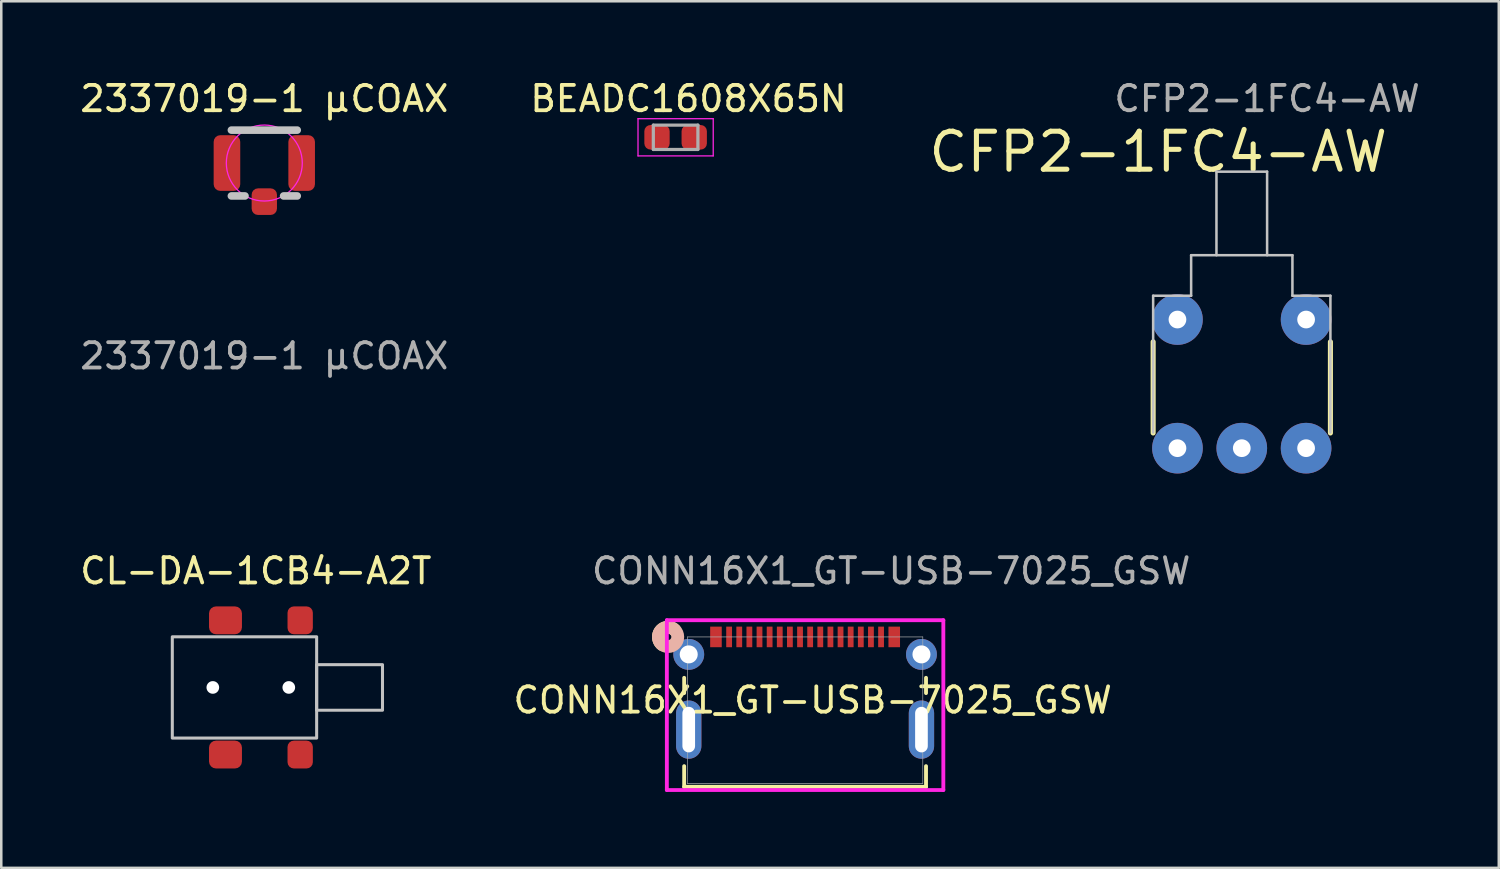
<source format=kicad_pcb>
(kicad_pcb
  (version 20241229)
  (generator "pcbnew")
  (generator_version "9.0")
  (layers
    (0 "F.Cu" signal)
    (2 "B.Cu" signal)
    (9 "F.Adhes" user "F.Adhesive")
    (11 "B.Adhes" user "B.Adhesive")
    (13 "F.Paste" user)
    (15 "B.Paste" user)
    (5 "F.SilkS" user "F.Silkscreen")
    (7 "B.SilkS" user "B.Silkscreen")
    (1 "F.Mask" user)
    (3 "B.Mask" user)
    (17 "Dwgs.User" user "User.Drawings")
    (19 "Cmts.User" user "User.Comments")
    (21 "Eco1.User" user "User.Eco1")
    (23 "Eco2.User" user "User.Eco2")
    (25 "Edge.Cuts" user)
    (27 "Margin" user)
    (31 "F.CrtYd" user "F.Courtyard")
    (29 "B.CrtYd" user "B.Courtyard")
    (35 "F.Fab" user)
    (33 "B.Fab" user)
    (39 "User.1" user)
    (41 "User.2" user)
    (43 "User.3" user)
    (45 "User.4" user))
  (footprint "CL-DA-1CB4-A2T"
    (layer "F.Cu")
    (at 6.854 24.096)
    (property "Reference" "CL-DA-1CB4-A2T" (at 0.2 -4.6 0) (unlocked yes) (layer "F.SilkS") (effects (font (size 1 1) (thickness 0.15))))
    (attr smd)
    (fp_rect (start -3.1 -2) (end 2.6 2) (stroke (width 0.12) (type default)) (fill no) (layer "Dwgs.User"))
    (fp_rect (start 2.6 -0.9) (end 5.2 0.9) (stroke (width 0.12) (type default)) (fill no) (layer "Dwgs.User"))
    (pad "" np_thru_hole oval (at -1.5 0) (size 0.5 0.5) (drill oval 1.25 0.9) (layers "*.Cu" "*.Mask"))
    (pad "" np_thru_hole circle (at 1.5 0) (size 0.5 0.5) (drill 0.9) (layers "*.Cu" "*.Mask"))
    (pad "1" smd roundrect (at 1.95 -2.65) (size 1 1.1) (layers "F.Cu" "F.Mask" "F.Paste") (roundrect_rratio 0.25))
    (pad "2" smd roundrect (at 1.95 2.65) (size 1 1.1) (layers "F.Cu" "F.Mask" "F.Paste") (roundrect_rratio 0.25))
    (pad "3" smd roundrect (at -1 -2.65) (size 1.3 1.1) (layers "F.Cu" "F.Mask" "F.Paste") (roundrect_rratio 0.25))
    (pad "3" smd roundrect (at -1 2.65) (size 1.3 1.1) (layers "F.Cu" "F.Mask" "F.Paste") (roundrect_rratio 0.25)))
  (footprint "2337019-1 µCOAX"
    (layer "F.Cu")
    (at 7.387 3.388)
    (property "Reference" "2337019-1 µCOAX" (at 0 -2.54 0) (unlocked yes) (layer "F.SilkS") (effects (font (size 1 1) (thickness 0.15))))
    (attr smd)
    (fp_line (start -1.3 -1.3) (end 1.3 -1.3) (stroke (width 0.3) (type default)) (layer "Dwgs.User"))
    (fp_line (start -1.3 1.3) (end -0.762 1.3) (stroke (width 0.3) (type default)) (layer "Dwgs.User"))
    (fp_line (start 0.762 1.3) (end 1.3 1.3) (stroke (width 0.3) (type default)) (layer "Dwgs.User"))
    (fp_circle (center 0 0) (end 1.5 0) (stroke (width 0.05) (type default)) (fill no) (layer "F.CrtYd"))
    (fp_text user "${REFERENCE}" (at 0 7.62 0) (unlocked yes) (layer "F.Fab") (effects (font (size 1 1) (thickness 0.15))))
    (pad "1" smd roundrect (at 0 1.525) (size 1 1.05) (layers "F.Cu" "F.Mask" "F.Paste") (roundrect_rratio 0.25))
    (pad "2" smd roundrect (at -1.475 0) (size 1.05 2.2) (layers "F.Cu" "F.Mask" "F.Paste") (roundrect_rratio 0.25))
    (pad "2" smd roundrect (at 1.475 0) (size 1.05 2.2) (layers "F.Cu" "F.Mask" "F.Paste") (roundrect_rratio 0.25)))
  (footprint "BEADC1608X65N"
    (layer "F.Cu")
    (at 23.629 2.372)
    (property "Reference" "BEADC1608X65N" (at 0.508 -1.524 0) (layer "F.SilkS") (effects (font (size 1 1) (thickness 0.15))))
    (attr smd)
    (fp_line (start -1.485 -0.735) (end 1.485 -0.735) (stroke (width 0.05) (type solid)) (layer "F.CrtYd"))
    (fp_line (start -1.485 0.735) (end -1.485 -0.735) (stroke (width 0.05) (type solid)) (layer "F.CrtYd"))
    (fp_line (start -1.485 0.735) (end 1.485 0.735) (stroke (width 0.05) (type solid)) (layer "F.CrtYd"))
    (fp_line (start 1.485 0.735) (end 1.485 -0.735) (stroke (width 0.05) (type solid)) (layer "F.CrtYd"))
    (fp_line (start -0.88 0.48) (end -0.88 -0.48) (stroke (width 0.127) (type solid)) (layer "F.Fab"))
    (fp_line (start 0.88 -0.48) (end -0.88 -0.48) (stroke (width 0.127) (type solid)) (layer "F.Fab"))
    (fp_line (start 0.88 0.48) (end -0.88 0.48) (stroke (width 0.127) (type solid)) (layer "F.Fab"))
    (fp_line (start 0.88 0.48) (end 0.88 -0.48) (stroke (width 0.127) (type solid)) (layer "F.Fab"))
    (pad "1" smd roundrect (at -0.735 0) (size 1 0.97) (layers "F.Cu" "F.Mask" "F.Paste") (roundrect_rratio 0.25))
    (pad "2" smd roundrect (at 0.735 0) (size 1 0.97) (layers "F.Cu" "F.Mask" "F.Paste") (roundrect_rratio 0.25)))
  (footprint "CFP2-1FC4-AW"
    (layer "F.Cu")
    (at 45.986 14.648)
    (property "Reference" "CFP2-1FC4-AW" (at -3.3 -11.7 0) (unlocked yes) (layer "F.SilkS") (effects (font (size 1.5 1.5) (thickness 0.2) (bold yes))))
    (attr smd)
    (fp_line (start -3.5 -0.6) (end -3.5 -4.2) (stroke (width 0.2) (type solid)) (layer "F.SilkS"))
    (fp_line (start 3.5 -0.6) (end 3.5 -4.2) (stroke (width 0.2) (type solid)) (layer "F.SilkS"))
    (fp_line (start -3.5 -6.02) (end -3.5 -0.62) (stroke (width 0.1) (type solid)) (layer "Dwgs.User"))
    (fp_line (start -2 -7.62) (end 2 -7.62) (stroke (width 0.1) (type solid)) (layer "Dwgs.User"))
    (fp_line (start -2 -6.02) (end -3.5 -6.02) (stroke (width 0.1) (type solid)) (layer "Dwgs.User"))
    (fp_line (start -2 -6.02) (end -2 -7.62) (stroke (width 0.1) (type solid)) (layer "Dwgs.User"))
    (fp_line (start -1 -10.92) (end 1 -10.92) (stroke (width 0.1) (type solid)) (layer "Dwgs.User"))
    (fp_line (start -1 -7.62) (end -1 -10.92) (stroke (width 0.1) (type solid)) (layer "Dwgs.User"))
    (fp_line (start 1 -10.92) (end 1 -7.62) (stroke (width 0.1) (type solid)) (layer "Dwgs.User"))
    (fp_line (start 2 -7.62) (end 2 -6.02) (stroke (width 0.1) (type solid)) (layer "Dwgs.User"))
    (fp_line (start 2 -6.02) (end 3.5 -6.02) (stroke (width 0.1) (type solid)) (layer "Dwgs.User"))
    (fp_line (start 3.5 -6.02) (end 3.5 -0.62) (stroke (width 0.1) (type solid)) (layer "Dwgs.User"))
    (fp_text user "${REFERENCE}" (at 1 -13.8 0) (unlocked yes) (layer "F.Fab") (effects (font (size 1 1) (thickness 0.15))))
    (pad "1" thru_hole circle (at -2.54 0) (size 2 2) (drill 0.7) (layers "*.Cu" "*.Mask"))
    (pad "2" thru_hole circle (at 0 0) (size 2 2) (drill 0.7) (layers "*.Cu" "*.Mask"))
    (pad "3" thru_hole circle (at 2.54 0) (size 2 2) (drill 0.7) (layers "*.Cu" "*.Mask"))
    (pad "NC" thru_hole circle (at -2.54 -5.08) (size 2 2) (drill 0.7) (layers "*.Cu" "*.Mask"))
    (pad "NC" thru_hole circle (at 2.54 -5.08) (size 2 2) (drill 0.7) (layers "*.Cu" "*.Mask")))
  (footprint "CONN16X1_GT-USB-7025_GSW"
    (layer "F.Cu")
    (at 28.742 24.997)
    (property "Reference" "CONN16X1_GT-USB-7025_GSW" (at 0.3 -0.4 0) (unlocked yes) (layer "F.SilkS") (effects (font (size 1 1) (thickness 0.15))))
    (attr smd)
    (fp_line (start -4.775 -1.281) (end -4.775 -0.678) (stroke (width 0.152) (type solid)) (layer "F.SilkS"))
    (fp_line (start -4.775 2.207) (end -4.775 3.023) (stroke (width 0.152) (type solid)) (layer "F.SilkS"))
    (fp_line (start -4.775 3.023) (end 4.775 3.023) (stroke (width 0.152) (type solid)) (layer "F.SilkS"))
    (fp_line (start 4.775 -0.678) (end 4.775 -1.281) (stroke (width 0.152) (type solid)) (layer "F.SilkS"))
    (fp_line (start 4.775 3.023) (end 4.775 2.207) (stroke (width 0.152) (type solid)) (layer "F.SilkS"))
    (fp_arc (start -5.645057 -2.595594) (mid -5.701013 -3.141748) (end -5.153119 -3.176795) (stroke (width 0.508) (type solid)) (layer "F.SilkS"))
    (fp_circle (center -5.41 -2.896) (end -5.029 -2.896) (stroke (width 0.508) (type solid)) (fill no) (layer "B.SilkS"))
    (fp_line (start -5.459 -3.556) (end -5.459 3.15) (stroke (width 0.152) (type solid)) (layer "F.CrtYd"))
    (fp_line (start -5.459 3.15) (end 5.459 3.15) (stroke (width 0.152) (type solid)) (layer "F.CrtYd"))
    (fp_line (start 5.459 -3.556) (end -5.459 -3.556) (stroke (width 0.152) (type solid)) (layer "F.CrtYd"))
    (fp_line (start 5.459 3.15) (end 5.459 -3.556) (stroke (width 0.152) (type solid)) (layer "F.CrtYd"))
    (fp_line (start -4.648 -2.896) (end -4.648 2.896) (stroke (width 0.025) (type solid)) (layer "F.Fab"))
    (fp_line (start -4.648 2.896) (end 4.648 2.896) (stroke (width 0.025) (type solid)) (layer "F.Fab"))
    (fp_line (start 4.648 -2.896) (end -4.648 -2.896) (stroke (width 0.025) (type solid)) (layer "F.Fab"))
    (fp_line (start 4.648 2.896) (end 4.648 -2.896) (stroke (width 0.025) (type solid)) (layer "F.Fab"))
    (fp_text user "${REFERENCE}" (at 3.4 -5.5 0) (unlocked yes) (layer "F.Fab") (effects (font (size 1 1) (thickness 0.15))))
    (pad "1" smd rect (at -3 -2.896) (size 0.229 0.813) (layers "F.Cu" "F.Mask" "F.Paste"))
    (pad "2" smd rect (at -2.6 -2.896) (size 0.229 0.813) (layers "F.Cu" "F.Mask" "F.Paste"))
    (pad "3" smd rect (at -2.2 -2.896) (size 0.229 0.813) (layers "F.Cu" "F.Mask" "F.Paste"))
    (pad "4" smd rect (at -1.8 -2.896) (size 0.229 0.813) (layers "F.Cu" "F.Mask" "F.Paste"))
    (pad "5" smd rect (at -1.4 -2.896) (size 0.229 0.813) (layers "F.Cu" "F.Mask" "F.Paste"))
    (pad "6" smd rect (at -1 -2.896) (size 0.229 0.813) (layers "F.Cu" "F.Mask" "F.Paste"))
    (pad "7" smd rect (at -0.6 -2.896) (size 0.229 0.813) (layers "F.Cu" "F.Mask" "F.Paste"))
    (pad "8" smd rect (at -0.2 -2.896) (size 0.229 0.813) (layers "F.Cu" "F.Mask" "F.Paste"))
    (pad "9" smd rect (at 0.2 -2.896) (size 0.229 0.813) (layers "F.Cu" "F.Mask" "F.Paste"))
    (pad "10" smd rect (at 0.6 -2.896) (size 0.229 0.813) (layers "F.Cu" "F.Mask" "F.Paste"))
    (pad "11" smd rect (at 1 -2.896) (size 0.229 0.813) (layers "F.Cu" "F.Mask" "F.Paste"))
    (pad "12" smd rect (at 1.4 -2.896) (size 0.229 0.813) (layers "F.Cu" "F.Mask" "F.Paste"))
    (pad "13" smd rect (at 1.8 -2.896) (size 0.229 0.813) (layers "F.Cu" "F.Mask" "F.Paste"))
    (pad "14" smd rect (at 2.2 -2.896) (size 0.229 0.813) (layers "F.Cu" "F.Mask" "F.Paste"))
    (pad "15" smd rect (at 2.6 -2.896) (size 0.229 0.813) (layers "F.Cu" "F.Mask" "F.Paste"))
    (pad "16" smd rect (at 3 -2.896) (size 0.229 0.813) (layers "F.Cu" "F.Mask" "F.Paste"))
    (pad "17" smd rect (at -3.52 -2.896) (size 0.457 0.813) (layers "F.Cu" "F.Mask" "F.Paste"))
    (pad "18" smd rect (at 3.52 -2.896) (size 0.457 0.813) (layers "F.Cu" "F.Mask" "F.Paste"))
    (pad "19" thru_hole circle (at -4.595 -2.206) (size 1.219 1.219) (drill 0.711) (layers "*.Cu" "*.Mask"))
    (pad "20" thru_hole circle (at 4.595 -2.206) (size 1.219 1.219) (drill 0.711) (layers "*.Cu" "*.Mask"))
    (pad "21" thru_hole oval (at 4.595 0.764 90) (size 2.3 1) (drill oval 1.8 0.5) (layers "*.Cu" "*.Mask"))
    (pad "22" thru_hole oval (at -4.595 0.764 90) (size 2.3 1) (drill oval 1.8 0.5) (layers "*.Cu" "*.Mask")))
  (gr_rect
    (start -3 -3)
    (end 56.135 31.222)
    (stroke (width 0.1) (type default))
    (fill no)
    (layer "Edge.Cuts")))
</source>
